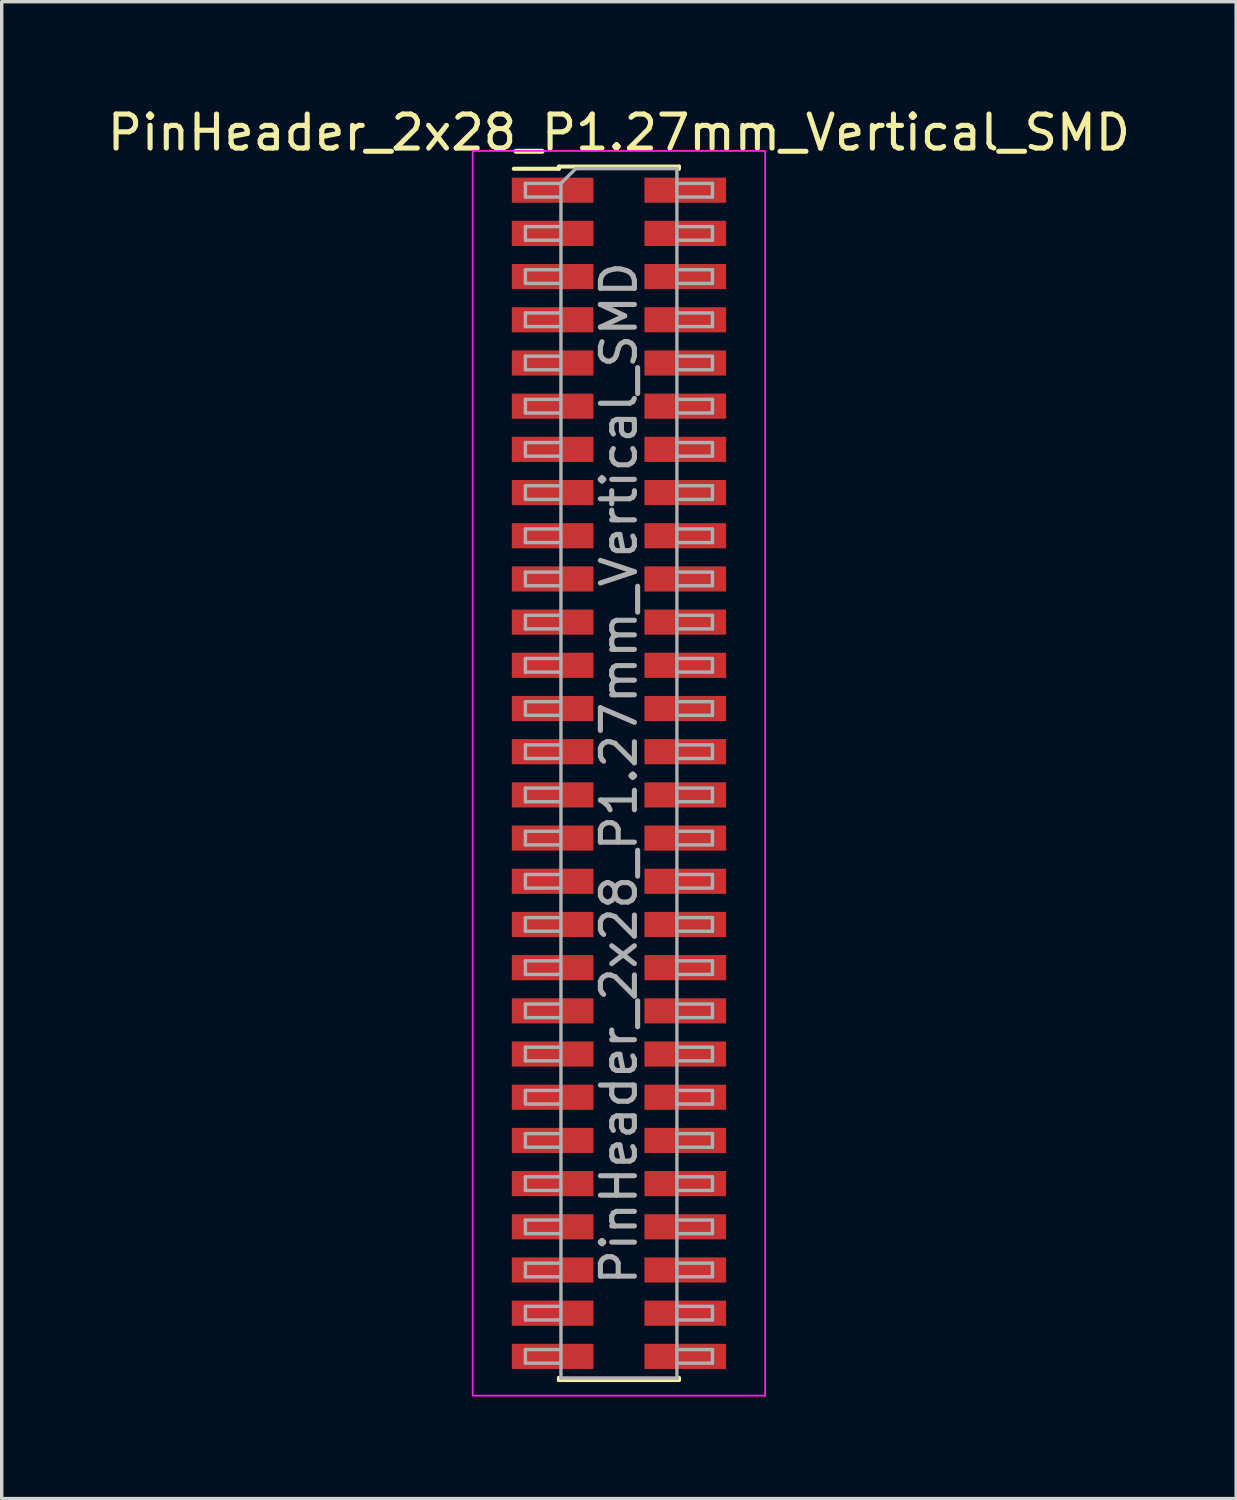
<source format=kicad_pcb>
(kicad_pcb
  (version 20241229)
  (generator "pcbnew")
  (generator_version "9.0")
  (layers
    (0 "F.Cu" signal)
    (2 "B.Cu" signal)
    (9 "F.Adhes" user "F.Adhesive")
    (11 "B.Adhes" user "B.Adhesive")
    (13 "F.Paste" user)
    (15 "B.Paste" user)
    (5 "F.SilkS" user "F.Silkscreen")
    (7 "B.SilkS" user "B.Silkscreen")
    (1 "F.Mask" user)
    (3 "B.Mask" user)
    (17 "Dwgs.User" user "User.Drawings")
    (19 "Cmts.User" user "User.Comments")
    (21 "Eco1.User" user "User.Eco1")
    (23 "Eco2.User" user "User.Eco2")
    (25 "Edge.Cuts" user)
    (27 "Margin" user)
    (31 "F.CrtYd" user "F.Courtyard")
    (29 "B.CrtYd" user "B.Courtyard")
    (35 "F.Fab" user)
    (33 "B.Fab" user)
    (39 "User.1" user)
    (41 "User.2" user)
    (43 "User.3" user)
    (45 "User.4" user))
  (footprint "PinHeader_2x28_P1.27mm_Vertical_SMD"
    (layer "F.Cu")
    (at 15.149 19.688)
    (property "Reference" "PinHeader_2x28_P1.27mm_Vertical_SMD" (at 0 -18.84 0) (layer "F.SilkS") (effects (font (size 1 1) (thickness 0.15))))
    (attr smd)
    (fp_line (start -3.09 -17.775) (end -1.765 -17.775) (stroke (width 0.12) (type solid)) (layer "F.SilkS"))
    (fp_line (start -1.765 -17.84) (end -1.765 -17.775) (stroke (width 0.12) (type solid)) (layer "F.SilkS"))
    (fp_line (start -1.765 -17.84) (end 1.765 -17.84) (stroke (width 0.12) (type solid)) (layer "F.SilkS"))
    (fp_line (start -1.765 17.775) (end -1.765 17.84) (stroke (width 0.12) (type solid)) (layer "F.SilkS"))
    (fp_line (start -1.765 17.84) (end 1.765 17.84) (stroke (width 0.12) (type solid)) (layer "F.SilkS"))
    (fp_line (start 1.765 -17.84) (end 1.765 -17.775) (stroke (width 0.12) (type solid)) (layer "F.SilkS"))
    (fp_line (start 1.765 17.775) (end 1.765 17.84) (stroke (width 0.12) (type solid)) (layer "F.SilkS"))
    (fp_line (start -4.3 -18.3) (end -4.3 18.3) (stroke (width 0.05) (type solid)) (layer "F.CrtYd"))
    (fp_line (start -4.3 18.3) (end 4.3 18.3) (stroke (width 0.05) (type solid)) (layer "F.CrtYd"))
    (fp_line (start 4.3 -18.3) (end -4.3 -18.3) (stroke (width 0.05) (type solid)) (layer "F.CrtYd"))
    (fp_line (start 4.3 18.3) (end 4.3 -18.3) (stroke (width 0.05) (type solid)) (layer "F.CrtYd"))
    (fp_line (start -2.75 -17.345) (end -2.75 -16.945) (stroke (width 0.1) (type solid)) (layer "F.Fab"))
    (fp_line (start -2.75 -16.945) (end -1.705 -16.945) (stroke (width 0.1) (type solid)) (layer "F.Fab"))
    (fp_line (start -2.75 -16.075) (end -2.75 -15.675) (stroke (width 0.1) (type solid)) (layer "F.Fab"))
    (fp_line (start -2.75 -15.675) (end -1.705 -15.675) (stroke (width 0.1) (type solid)) (layer "F.Fab"))
    (fp_line (start -2.75 -14.805) (end -2.75 -14.405) (stroke (width 0.1) (type solid)) (layer "F.Fab"))
    (fp_line (start -2.75 -14.405) (end -1.705 -14.405) (stroke (width 0.1) (type solid)) (layer "F.Fab"))
    (fp_line (start -2.75 -13.535) (end -2.75 -13.135) (stroke (width 0.1) (type solid)) (layer "F.Fab"))
    (fp_line (start -2.75 -13.135) (end -1.705 -13.135) (stroke (width 0.1) (type solid)) (layer "F.Fab"))
    (fp_line (start -2.75 -12.265) (end -2.75 -11.865) (stroke (width 0.1) (type solid)) (layer "F.Fab"))
    (fp_line (start -2.75 -11.865) (end -1.705 -11.865) (stroke (width 0.1) (type solid)) (layer "F.Fab"))
    (fp_line (start -2.75 -10.995) (end -2.75 -10.595) (stroke (width 0.1) (type solid)) (layer "F.Fab"))
    (fp_line (start -2.75 -10.595) (end -1.705 -10.595) (stroke (width 0.1) (type solid)) (layer "F.Fab"))
    (fp_line (start -2.75 -9.725) (end -2.75 -9.325) (stroke (width 0.1) (type solid)) (layer "F.Fab"))
    (fp_line (start -2.75 -9.325) (end -1.705 -9.325) (stroke (width 0.1) (type solid)) (layer "F.Fab"))
    (fp_line (start -2.75 -8.455) (end -2.75 -8.055) (stroke (width 0.1) (type solid)) (layer "F.Fab"))
    (fp_line (start -2.75 -8.055) (end -1.705 -8.055) (stroke (width 0.1) (type solid)) (layer "F.Fab"))
    (fp_line (start -2.75 -7.185) (end -2.75 -6.785) (stroke (width 0.1) (type solid)) (layer "F.Fab"))
    (fp_line (start -2.75 -6.785) (end -1.705 -6.785) (stroke (width 0.1) (type solid)) (layer "F.Fab"))
    (fp_line (start -2.75 -5.915) (end -2.75 -5.515) (stroke (width 0.1) (type solid)) (layer "F.Fab"))
    (fp_line (start -2.75 -5.515) (end -1.705 -5.515) (stroke (width 0.1) (type solid)) (layer "F.Fab"))
    (fp_line (start -2.75 -4.645) (end -2.75 -4.245) (stroke (width 0.1) (type solid)) (layer "F.Fab"))
    (fp_line (start -2.75 -4.245) (end -1.705 -4.245) (stroke (width 0.1) (type solid)) (layer "F.Fab"))
    (fp_line (start -2.75 -3.375) (end -2.75 -2.975) (stroke (width 0.1) (type solid)) (layer "F.Fab"))
    (fp_line (start -2.75 -2.975) (end -1.705 -2.975) (stroke (width 0.1) (type solid)) (layer "F.Fab"))
    (fp_line (start -2.75 -2.105) (end -2.75 -1.705) (stroke (width 0.1) (type solid)) (layer "F.Fab"))
    (fp_line (start -2.75 -1.705) (end -1.705 -1.705) (stroke (width 0.1) (type solid)) (layer "F.Fab"))
    (fp_line (start -2.75 -0.835) (end -2.75 -0.435) (stroke (width 0.1) (type solid)) (layer "F.Fab"))
    (fp_line (start -2.75 -0.435) (end -1.705 -0.435) (stroke (width 0.1) (type solid)) (layer "F.Fab"))
    (fp_line (start -2.75 0.435) (end -2.75 0.835) (stroke (width 0.1) (type solid)) (layer "F.Fab"))
    (fp_line (start -2.75 0.835) (end -1.705 0.835) (stroke (width 0.1) (type solid)) (layer "F.Fab"))
    (fp_line (start -2.75 1.705) (end -2.75 2.105) (stroke (width 0.1) (type solid)) (layer "F.Fab"))
    (fp_line (start -2.75 2.105) (end -1.705 2.105) (stroke (width 0.1) (type solid)) (layer "F.Fab"))
    (fp_line (start -2.75 2.975) (end -2.75 3.375) (stroke (width 0.1) (type solid)) (layer "F.Fab"))
    (fp_line (start -2.75 3.375) (end -1.705 3.375) (stroke (width 0.1) (type solid)) (layer "F.Fab"))
    (fp_line (start -2.75 4.245) (end -2.75 4.645) (stroke (width 0.1) (type solid)) (layer "F.Fab"))
    (fp_line (start -2.75 4.645) (end -1.705 4.645) (stroke (width 0.1) (type solid)) (layer "F.Fab"))
    (fp_line (start -2.75 5.515) (end -2.75 5.915) (stroke (width 0.1) (type solid)) (layer "F.Fab"))
    (fp_line (start -2.75 5.915) (end -1.705 5.915) (stroke (width 0.1) (type solid)) (layer "F.Fab"))
    (fp_line (start -2.75 6.785) (end -2.75 7.185) (stroke (width 0.1) (type solid)) (layer "F.Fab"))
    (fp_line (start -2.75 7.185) (end -1.705 7.185) (stroke (width 0.1) (type solid)) (layer "F.Fab"))
    (fp_line (start -2.75 8.055) (end -2.75 8.455) (stroke (width 0.1) (type solid)) (layer "F.Fab"))
    (fp_line (start -2.75 8.455) (end -1.705 8.455) (stroke (width 0.1) (type solid)) (layer "F.Fab"))
    (fp_line (start -2.75 9.325) (end -2.75 9.725) (stroke (width 0.1) (type solid)) (layer "F.Fab"))
    (fp_line (start -2.75 9.725) (end -1.705 9.725) (stroke (width 0.1) (type solid)) (layer "F.Fab"))
    (fp_line (start -2.75 10.595) (end -2.75 10.995) (stroke (width 0.1) (type solid)) (layer "F.Fab"))
    (fp_line (start -2.75 10.995) (end -1.705 10.995) (stroke (width 0.1) (type solid)) (layer "F.Fab"))
    (fp_line (start -2.75 11.865) (end -2.75 12.265) (stroke (width 0.1) (type solid)) (layer "F.Fab"))
    (fp_line (start -2.75 12.265) (end -1.705 12.265) (stroke (width 0.1) (type solid)) (layer "F.Fab"))
    (fp_line (start -2.75 13.135) (end -2.75 13.535) (stroke (width 0.1) (type solid)) (layer "F.Fab"))
    (fp_line (start -2.75 13.535) (end -1.705 13.535) (stroke (width 0.1) (type solid)) (layer "F.Fab"))
    (fp_line (start -2.75 14.405) (end -2.75 14.805) (stroke (width 0.1) (type solid)) (layer "F.Fab"))
    (fp_line (start -2.75 14.805) (end -1.705 14.805) (stroke (width 0.1) (type solid)) (layer "F.Fab"))
    (fp_line (start -2.75 15.675) (end -2.75 16.075) (stroke (width 0.1) (type solid)) (layer "F.Fab"))
    (fp_line (start -2.75 16.075) (end -1.705 16.075) (stroke (width 0.1) (type solid)) (layer "F.Fab"))
    (fp_line (start -2.75 16.945) (end -2.75 17.345) (stroke (width 0.1) (type solid)) (layer "F.Fab"))
    (fp_line (start -2.75 17.345) (end -1.705 17.345) (stroke (width 0.1) (type solid)) (layer "F.Fab"))
    (fp_line (start -1.705 -17.345) (end -2.75 -17.345) (stroke (width 0.1) (type solid)) (layer "F.Fab"))
    (fp_line (start -1.705 -17.345) (end -1.27 -17.78) (stroke (width 0.1) (type solid)) (layer "F.Fab"))
    (fp_line (start -1.705 -16.075) (end -2.75 -16.075) (stroke (width 0.1) (type solid)) (layer "F.Fab"))
    (fp_line (start -1.705 -14.805) (end -2.75 -14.805) (stroke (width 0.1) (type solid)) (layer "F.Fab"))
    (fp_line (start -1.705 -13.535) (end -2.75 -13.535) (stroke (width 0.1) (type solid)) (layer "F.Fab"))
    (fp_line (start -1.705 -12.265) (end -2.75 -12.265) (stroke (width 0.1) (type solid)) (layer "F.Fab"))
    (fp_line (start -1.705 -10.995) (end -2.75 -10.995) (stroke (width 0.1) (type solid)) (layer "F.Fab"))
    (fp_line (start -1.705 -9.725) (end -2.75 -9.725) (stroke (width 0.1) (type solid)) (layer "F.Fab"))
    (fp_line (start -1.705 -8.455) (end -2.75 -8.455) (stroke (width 0.1) (type solid)) (layer "F.Fab"))
    (fp_line (start -1.705 -7.185) (end -2.75 -7.185) (stroke (width 0.1) (type solid)) (layer "F.Fab"))
    (fp_line (start -1.705 -5.915) (end -2.75 -5.915) (stroke (width 0.1) (type solid)) (layer "F.Fab"))
    (fp_line (start -1.705 -4.645) (end -2.75 -4.645) (stroke (width 0.1) (type solid)) (layer "F.Fab"))
    (fp_line (start -1.705 -3.375) (end -2.75 -3.375) (stroke (width 0.1) (type solid)) (layer "F.Fab"))
    (fp_line (start -1.705 -2.105) (end -2.75 -2.105) (stroke (width 0.1) (type solid)) (layer "F.Fab"))
    (fp_line (start -1.705 -0.835) (end -2.75 -0.835) (stroke (width 0.1) (type solid)) (layer "F.Fab"))
    (fp_line (start -1.705 0.435) (end -2.75 0.435) (stroke (width 0.1) (type solid)) (layer "F.Fab"))
    (fp_line (start -1.705 1.705) (end -2.75 1.705) (stroke (width 0.1) (type solid)) (layer "F.Fab"))
    (fp_line (start -1.705 2.975) (end -2.75 2.975) (stroke (width 0.1) (type solid)) (layer "F.Fab"))
    (fp_line (start -1.705 4.245) (end -2.75 4.245) (stroke (width 0.1) (type solid)) (layer "F.Fab"))
    (fp_line (start -1.705 5.515) (end -2.75 5.515) (stroke (width 0.1) (type solid)) (layer "F.Fab"))
    (fp_line (start -1.705 6.785) (end -2.75 6.785) (stroke (width 0.1) (type solid)) (layer "F.Fab"))
    (fp_line (start -1.705 8.055) (end -2.75 8.055) (stroke (width 0.1) (type solid)) (layer "F.Fab"))
    (fp_line (start -1.705 9.325) (end -2.75 9.325) (stroke (width 0.1) (type solid)) (layer "F.Fab"))
    (fp_line (start -1.705 10.595) (end -2.75 10.595) (stroke (width 0.1) (type solid)) (layer "F.Fab"))
    (fp_line (start -1.705 11.865) (end -2.75 11.865) (stroke (width 0.1) (type solid)) (layer "F.Fab"))
    (fp_line (start -1.705 13.135) (end -2.75 13.135) (stroke (width 0.1) (type solid)) (layer "F.Fab"))
    (fp_line (start -1.705 14.405) (end -2.75 14.405) (stroke (width 0.1) (type solid)) (layer "F.Fab"))
    (fp_line (start -1.705 15.675) (end -2.75 15.675) (stroke (width 0.1) (type solid)) (layer "F.Fab"))
    (fp_line (start -1.705 16.945) (end -2.75 16.945) (stroke (width 0.1) (type solid)) (layer "F.Fab"))
    (fp_line (start -1.705 17.78) (end -1.705 -17.345) (stroke (width 0.1) (type solid)) (layer "F.Fab"))
    (fp_line (start -1.27 -17.78) (end 1.705 -17.78) (stroke (width 0.1) (type solid)) (layer "F.Fab"))
    (fp_line (start 1.705 -17.78) (end 1.705 17.78) (stroke (width 0.1) (type solid)) (layer "F.Fab"))
    (fp_line (start 1.705 -17.345) (end 2.75 -17.345) (stroke (width 0.1) (type solid)) (layer "F.Fab"))
    (fp_line (start 1.705 -16.075) (end 2.75 -16.075) (stroke (width 0.1) (type solid)) (layer "F.Fab"))
    (fp_line (start 1.705 -14.805) (end 2.75 -14.805) (stroke (width 0.1) (type solid)) (layer "F.Fab"))
    (fp_line (start 1.705 -13.535) (end 2.75 -13.535) (stroke (width 0.1) (type solid)) (layer "F.Fab"))
    (fp_line (start 1.705 -12.265) (end 2.75 -12.265) (stroke (width 0.1) (type solid)) (layer "F.Fab"))
    (fp_line (start 1.705 -10.995) (end 2.75 -10.995) (stroke (width 0.1) (type solid)) (layer "F.Fab"))
    (fp_line (start 1.705 -9.725) (end 2.75 -9.725) (stroke (width 0.1) (type solid)) (layer "F.Fab"))
    (fp_line (start 1.705 -8.455) (end 2.75 -8.455) (stroke (width 0.1) (type solid)) (layer "F.Fab"))
    (fp_line (start 1.705 -7.185) (end 2.75 -7.185) (stroke (width 0.1) (type solid)) (layer "F.Fab"))
    (fp_line (start 1.705 -5.915) (end 2.75 -5.915) (stroke (width 0.1) (type solid)) (layer "F.Fab"))
    (fp_line (start 1.705 -4.645) (end 2.75 -4.645) (stroke (width 0.1) (type solid)) (layer "F.Fab"))
    (fp_line (start 1.705 -3.375) (end 2.75 -3.375) (stroke (width 0.1) (type solid)) (layer "F.Fab"))
    (fp_line (start 1.705 -2.105) (end 2.75 -2.105) (stroke (width 0.1) (type solid)) (layer "F.Fab"))
    (fp_line (start 1.705 -0.835) (end 2.75 -0.835) (stroke (width 0.1) (type solid)) (layer "F.Fab"))
    (fp_line (start 1.705 0.435) (end 2.75 0.435) (stroke (width 0.1) (type solid)) (layer "F.Fab"))
    (fp_line (start 1.705 1.705) (end 2.75 1.705) (stroke (width 0.1) (type solid)) (layer "F.Fab"))
    (fp_line (start 1.705 2.975) (end 2.75 2.975) (stroke (width 0.1) (type solid)) (layer "F.Fab"))
    (fp_line (start 1.705 4.245) (end 2.75 4.245) (stroke (width 0.1) (type solid)) (layer "F.Fab"))
    (fp_line (start 1.705 5.515) (end 2.75 5.515) (stroke (width 0.1) (type solid)) (layer "F.Fab"))
    (fp_line (start 1.705 6.785) (end 2.75 6.785) (stroke (width 0.1) (type solid)) (layer "F.Fab"))
    (fp_line (start 1.705 8.055) (end 2.75 8.055) (stroke (width 0.1) (type solid)) (layer "F.Fab"))
    (fp_line (start 1.705 9.325) (end 2.75 9.325) (stroke (width 0.1) (type solid)) (layer "F.Fab"))
    (fp_line (start 1.705 10.595) (end 2.75 10.595) (stroke (width 0.1) (type solid)) (layer "F.Fab"))
    (fp_line (start 1.705 11.865) (end 2.75 11.865) (stroke (width 0.1) (type solid)) (layer "F.Fab"))
    (fp_line (start 1.705 13.135) (end 2.75 13.135) (stroke (width 0.1) (type solid)) (layer "F.Fab"))
    (fp_line (start 1.705 14.405) (end 2.75 14.405) (stroke (width 0.1) (type solid)) (layer "F.Fab"))
    (fp_line (start 1.705 15.675) (end 2.75 15.675) (stroke (width 0.1) (type solid)) (layer "F.Fab"))
    (fp_line (start 1.705 16.945) (end 2.75 16.945) (stroke (width 0.1) (type solid)) (layer "F.Fab"))
    (fp_line (start 1.705 17.78) (end -1.705 17.78) (stroke (width 0.1) (type solid)) (layer "F.Fab"))
    (fp_line (start 2.75 -17.345) (end 2.75 -16.945) (stroke (width 0.1) (type solid)) (layer "F.Fab"))
    (fp_line (start 2.75 -16.945) (end 1.705 -16.945) (stroke (width 0.1) (type solid)) (layer "F.Fab"))
    (fp_line (start 2.75 -16.075) (end 2.75 -15.675) (stroke (width 0.1) (type solid)) (layer "F.Fab"))
    (fp_line (start 2.75 -15.675) (end 1.705 -15.675) (stroke (width 0.1) (type solid)) (layer "F.Fab"))
    (fp_line (start 2.75 -14.805) (end 2.75 -14.405) (stroke (width 0.1) (type solid)) (layer "F.Fab"))
    (fp_line (start 2.75 -14.405) (end 1.705 -14.405) (stroke (width 0.1) (type solid)) (layer "F.Fab"))
    (fp_line (start 2.75 -13.535) (end 2.75 -13.135) (stroke (width 0.1) (type solid)) (layer "F.Fab"))
    (fp_line (start 2.75 -13.135) (end 1.705 -13.135) (stroke (width 0.1) (type solid)) (layer "F.Fab"))
    (fp_line (start 2.75 -12.265) (end 2.75 -11.865) (stroke (width 0.1) (type solid)) (layer "F.Fab"))
    (fp_line (start 2.75 -11.865) (end 1.705 -11.865) (stroke (width 0.1) (type solid)) (layer "F.Fab"))
    (fp_line (start 2.75 -10.995) (end 2.75 -10.595) (stroke (width 0.1) (type solid)) (layer "F.Fab"))
    (fp_line (start 2.75 -10.595) (end 1.705 -10.595) (stroke (width 0.1) (type solid)) (layer "F.Fab"))
    (fp_line (start 2.75 -9.725) (end 2.75 -9.325) (stroke (width 0.1) (type solid)) (layer "F.Fab"))
    (fp_line (start 2.75 -9.325) (end 1.705 -9.325) (stroke (width 0.1) (type solid)) (layer "F.Fab"))
    (fp_line (start 2.75 -8.455) (end 2.75 -8.055) (stroke (width 0.1) (type solid)) (layer "F.Fab"))
    (fp_line (start 2.75 -8.055) (end 1.705 -8.055) (stroke (width 0.1) (type solid)) (layer "F.Fab"))
    (fp_line (start 2.75 -7.185) (end 2.75 -6.785) (stroke (width 0.1) (type solid)) (layer "F.Fab"))
    (fp_line (start 2.75 -6.785) (end 1.705 -6.785) (stroke (width 0.1) (type solid)) (layer "F.Fab"))
    (fp_line (start 2.75 -5.915) (end 2.75 -5.515) (stroke (width 0.1) (type solid)) (layer "F.Fab"))
    (fp_line (start 2.75 -5.515) (end 1.705 -5.515) (stroke (width 0.1) (type solid)) (layer "F.Fab"))
    (fp_line (start 2.75 -4.645) (end 2.75 -4.245) (stroke (width 0.1) (type solid)) (layer "F.Fab"))
    (fp_line (start 2.75 -4.245) (end 1.705 -4.245) (stroke (width 0.1) (type solid)) (layer "F.Fab"))
    (fp_line (start 2.75 -3.375) (end 2.75 -2.975) (stroke (width 0.1) (type solid)) (layer "F.Fab"))
    (fp_line (start 2.75 -2.975) (end 1.705 -2.975) (stroke (width 0.1) (type solid)) (layer "F.Fab"))
    (fp_line (start 2.75 -2.105) (end 2.75 -1.705) (stroke (width 0.1) (type solid)) (layer "F.Fab"))
    (fp_line (start 2.75 -1.705) (end 1.705 -1.705) (stroke (width 0.1) (type solid)) (layer "F.Fab"))
    (fp_line (start 2.75 -0.835) (end 2.75 -0.435) (stroke (width 0.1) (type solid)) (layer "F.Fab"))
    (fp_line (start 2.75 -0.435) (end 1.705 -0.435) (stroke (width 0.1) (type solid)) (layer "F.Fab"))
    (fp_line (start 2.75 0.435) (end 2.75 0.835) (stroke (width 0.1) (type solid)) (layer "F.Fab"))
    (fp_line (start 2.75 0.835) (end 1.705 0.835) (stroke (width 0.1) (type solid)) (layer "F.Fab"))
    (fp_line (start 2.75 1.705) (end 2.75 2.105) (stroke (width 0.1) (type solid)) (layer "F.Fab"))
    (fp_line (start 2.75 2.105) (end 1.705 2.105) (stroke (width 0.1) (type solid)) (layer "F.Fab"))
    (fp_line (start 2.75 2.975) (end 2.75 3.375) (stroke (width 0.1) (type solid)) (layer "F.Fab"))
    (fp_line (start 2.75 3.375) (end 1.705 3.375) (stroke (width 0.1) (type solid)) (layer "F.Fab"))
    (fp_line (start 2.75 4.245) (end 2.75 4.645) (stroke (width 0.1) (type solid)) (layer "F.Fab"))
    (fp_line (start 2.75 4.645) (end 1.705 4.645) (stroke (width 0.1) (type solid)) (layer "F.Fab"))
    (fp_line (start 2.75 5.515) (end 2.75 5.915) (stroke (width 0.1) (type solid)) (layer "F.Fab"))
    (fp_line (start 2.75 5.915) (end 1.705 5.915) (stroke (width 0.1) (type solid)) (layer "F.Fab"))
    (fp_line (start 2.75 6.785) (end 2.75 7.185) (stroke (width 0.1) (type solid)) (layer "F.Fab"))
    (fp_line (start 2.75 7.185) (end 1.705 7.185) (stroke (width 0.1) (type solid)) (layer "F.Fab"))
    (fp_line (start 2.75 8.055) (end 2.75 8.455) (stroke (width 0.1) (type solid)) (layer "F.Fab"))
    (fp_line (start 2.75 8.455) (end 1.705 8.455) (stroke (width 0.1) (type solid)) (layer "F.Fab"))
    (fp_line (start 2.75 9.325) (end 2.75 9.725) (stroke (width 0.1) (type solid)) (layer "F.Fab"))
    (fp_line (start 2.75 9.725) (end 1.705 9.725) (stroke (width 0.1) (type solid)) (layer "F.Fab"))
    (fp_line (start 2.75 10.595) (end 2.75 10.995) (stroke (width 0.1) (type solid)) (layer "F.Fab"))
    (fp_line (start 2.75 10.995) (end 1.705 10.995) (stroke (width 0.1) (type solid)) (layer "F.Fab"))
    (fp_line (start 2.75 11.865) (end 2.75 12.265) (stroke (width 0.1) (type solid)) (layer "F.Fab"))
    (fp_line (start 2.75 12.265) (end 1.705 12.265) (stroke (width 0.1) (type solid)) (layer "F.Fab"))
    (fp_line (start 2.75 13.135) (end 2.75 13.535) (stroke (width 0.1) (type solid)) (layer "F.Fab"))
    (fp_line (start 2.75 13.535) (end 1.705 13.535) (stroke (width 0.1) (type solid)) (layer "F.Fab"))
    (fp_line (start 2.75 14.405) (end 2.75 14.805) (stroke (width 0.1) (type solid)) (layer "F.Fab"))
    (fp_line (start 2.75 14.805) (end 1.705 14.805) (stroke (width 0.1) (type solid)) (layer "F.Fab"))
    (fp_line (start 2.75 15.675) (end 2.75 16.075) (stroke (width 0.1) (type solid)) (layer "F.Fab"))
    (fp_line (start 2.75 16.075) (end 1.705 16.075) (stroke (width 0.1) (type solid)) (layer "F.Fab"))
    (fp_line (start 2.75 16.945) (end 2.75 17.345) (stroke (width 0.1) (type solid)) (layer "F.Fab"))
    (fp_line (start 2.75 17.345) (end 1.705 17.345) (stroke (width 0.1) (type solid)) (layer "F.Fab"))
    (fp_text user "${REFERENCE}" (at 0 0 90) (layer "F.Fab") (effects (font (size 1 1) (thickness 0.15))))
    (pad "1" smd rect (at -1.95 -17.145) (size 2.4 0.74) (layers "F.Cu" "F.Mask" "F.Paste"))
    (pad "2" smd rect (at 1.95 -17.145) (size 2.4 0.74) (layers "F.Cu" "F.Mask" "F.Paste"))
    (pad "3" smd rect (at -1.95 -15.875) (size 2.4 0.74) (layers "F.Cu" "F.Mask" "F.Paste"))
    (pad "4" smd rect (at 1.95 -15.875) (size 2.4 0.74) (layers "F.Cu" "F.Mask" "F.Paste"))
    (pad "5" smd rect (at -1.95 -14.605) (size 2.4 0.74) (layers "F.Cu" "F.Mask" "F.Paste"))
    (pad "6" smd rect (at 1.95 -14.605) (size 2.4 0.74) (layers "F.Cu" "F.Mask" "F.Paste"))
    (pad "7" smd rect (at -1.95 -13.335) (size 2.4 0.74) (layers "F.Cu" "F.Mask" "F.Paste"))
    (pad "8" smd rect (at 1.95 -13.335) (size 2.4 0.74) (layers "F.Cu" "F.Mask" "F.Paste"))
    (pad "9" smd rect (at -1.95 -12.065) (size 2.4 0.74) (layers "F.Cu" "F.Mask" "F.Paste"))
    (pad "10" smd rect (at 1.95 -12.065) (size 2.4 0.74) (layers "F.Cu" "F.Mask" "F.Paste"))
    (pad "11" smd rect (at -1.95 -10.795) (size 2.4 0.74) (layers "F.Cu" "F.Mask" "F.Paste"))
    (pad "12" smd rect (at 1.95 -10.795) (size 2.4 0.74) (layers "F.Cu" "F.Mask" "F.Paste"))
    (pad "13" smd rect (at -1.95 -9.525) (size 2.4 0.74) (layers "F.Cu" "F.Mask" "F.Paste"))
    (pad "14" smd rect (at 1.95 -9.525) (size 2.4 0.74) (layers "F.Cu" "F.Mask" "F.Paste"))
    (pad "15" smd rect (at -1.95 -8.255) (size 2.4 0.74) (layers "F.Cu" "F.Mask" "F.Paste"))
    (pad "16" smd rect (at 1.95 -8.255) (size 2.4 0.74) (layers "F.Cu" "F.Mask" "F.Paste"))
    (pad "17" smd rect (at -1.95 -6.985) (size 2.4 0.74) (layers "F.Cu" "F.Mask" "F.Paste"))
    (pad "18" smd rect (at 1.95 -6.985) (size 2.4 0.74) (layers "F.Cu" "F.Mask" "F.Paste"))
    (pad "19" smd rect (at -1.95 -5.715) (size 2.4 0.74) (layers "F.Cu" "F.Mask" "F.Paste"))
    (pad "20" smd rect (at 1.95 -5.715) (size 2.4 0.74) (layers "F.Cu" "F.Mask" "F.Paste"))
    (pad "21" smd rect (at -1.95 -4.445) (size 2.4 0.74) (layers "F.Cu" "F.Mask" "F.Paste"))
    (pad "22" smd rect (at 1.95 -4.445) (size 2.4 0.74) (layers "F.Cu" "F.Mask" "F.Paste"))
    (pad "23" smd rect (at -1.95 -3.175) (size 2.4 0.74) (layers "F.Cu" "F.Mask" "F.Paste"))
    (pad "24" smd rect (at 1.95 -3.175) (size 2.4 0.74) (layers "F.Cu" "F.Mask" "F.Paste"))
    (pad "25" smd rect (at -1.95 -1.905) (size 2.4 0.74) (layers "F.Cu" "F.Mask" "F.Paste"))
    (pad "26" smd rect (at 1.95 -1.905) (size 2.4 0.74) (layers "F.Cu" "F.Mask" "F.Paste"))
    (pad "27" smd rect (at -1.95 -0.635) (size 2.4 0.74) (layers "F.Cu" "F.Mask" "F.Paste"))
    (pad "28" smd rect (at 1.95 -0.635) (size 2.4 0.74) (layers "F.Cu" "F.Mask" "F.Paste"))
    (pad "29" smd rect (at -1.95 0.635) (size 2.4 0.74) (layers "F.Cu" "F.Mask" "F.Paste"))
    (pad "30" smd rect (at 1.95 0.635) (size 2.4 0.74) (layers "F.Cu" "F.Mask" "F.Paste"))
    (pad "31" smd rect (at -1.95 1.905) (size 2.4 0.74) (layers "F.Cu" "F.Mask" "F.Paste"))
    (pad "32" smd rect (at 1.95 1.905) (size 2.4 0.74) (layers "F.Cu" "F.Mask" "F.Paste"))
    (pad "33" smd rect (at -1.95 3.175) (size 2.4 0.74) (layers "F.Cu" "F.Mask" "F.Paste"))
    (pad "34" smd rect (at 1.95 3.175) (size 2.4 0.74) (layers "F.Cu" "F.Mask" "F.Paste"))
    (pad "35" smd rect (at -1.95 4.445) (size 2.4 0.74) (layers "F.Cu" "F.Mask" "F.Paste"))
    (pad "36" smd rect (at 1.95 4.445) (size 2.4 0.74) (layers "F.Cu" "F.Mask" "F.Paste"))
    (pad "37" smd rect (at -1.95 5.715) (size 2.4 0.74) (layers "F.Cu" "F.Mask" "F.Paste"))
    (pad "38" smd rect (at 1.95 5.715) (size 2.4 0.74) (layers "F.Cu" "F.Mask" "F.Paste"))
    (pad "39" smd rect (at -1.95 6.985) (size 2.4 0.74) (layers "F.Cu" "F.Mask" "F.Paste"))
    (pad "40" smd rect (at 1.95 6.985) (size 2.4 0.74) (layers "F.Cu" "F.Mask" "F.Paste"))
    (pad "41" smd rect (at -1.95 8.255) (size 2.4 0.74) (layers "F.Cu" "F.Mask" "F.Paste"))
    (pad "42" smd rect (at 1.95 8.255) (size 2.4 0.74) (layers "F.Cu" "F.Mask" "F.Paste"))
    (pad "43" smd rect (at -1.95 9.525) (size 2.4 0.74) (layers "F.Cu" "F.Mask" "F.Paste"))
    (pad "44" smd rect (at 1.95 9.525) (size 2.4 0.74) (layers "F.Cu" "F.Mask" "F.Paste"))
    (pad "45" smd rect (at -1.95 10.795) (size 2.4 0.74) (layers "F.Cu" "F.Mask" "F.Paste"))
    (pad "46" smd rect (at 1.95 10.795) (size 2.4 0.74) (layers "F.Cu" "F.Mask" "F.Paste"))
    (pad "47" smd rect (at -1.95 12.065) (size 2.4 0.74) (layers "F.Cu" "F.Mask" "F.Paste"))
    (pad "48" smd rect (at 1.95 12.065) (size 2.4 0.74) (layers "F.Cu" "F.Mask" "F.Paste"))
    (pad "49" smd rect (at -1.95 13.335) (size 2.4 0.74) (layers "F.Cu" "F.Mask" "F.Paste"))
    (pad "50" smd rect (at 1.95 13.335) (size 2.4 0.74) (layers "F.Cu" "F.Mask" "F.Paste"))
    (pad "51" smd rect (at -1.95 14.605) (size 2.4 0.74) (layers "F.Cu" "F.Mask" "F.Paste"))
    (pad "52" smd rect (at 1.95 14.605) (size 2.4 0.74) (layers "F.Cu" "F.Mask" "F.Paste"))
    (pad "53" smd rect (at -1.95 15.875) (size 2.4 0.74) (layers "F.Cu" "F.Mask" "F.Paste"))
    (pad "54" smd rect (at 1.95 15.875) (size 2.4 0.74) (layers "F.Cu" "F.Mask" "F.Paste"))
    (pad "55" smd rect (at -1.95 17.145) (size 2.4 0.74) (layers "F.Cu" "F.Mask" "F.Paste"))
    (pad "56" smd rect (at 1.95 17.145) (size 2.4 0.74) (layers "F.Cu" "F.Mask" "F.Paste")))
  (gr_rect
    (start -3 -3)
    (end 33.298 41.013)
    (stroke (width 0.1) (type default))
    (fill no)
    (layer "Edge.Cuts")))
</source>
